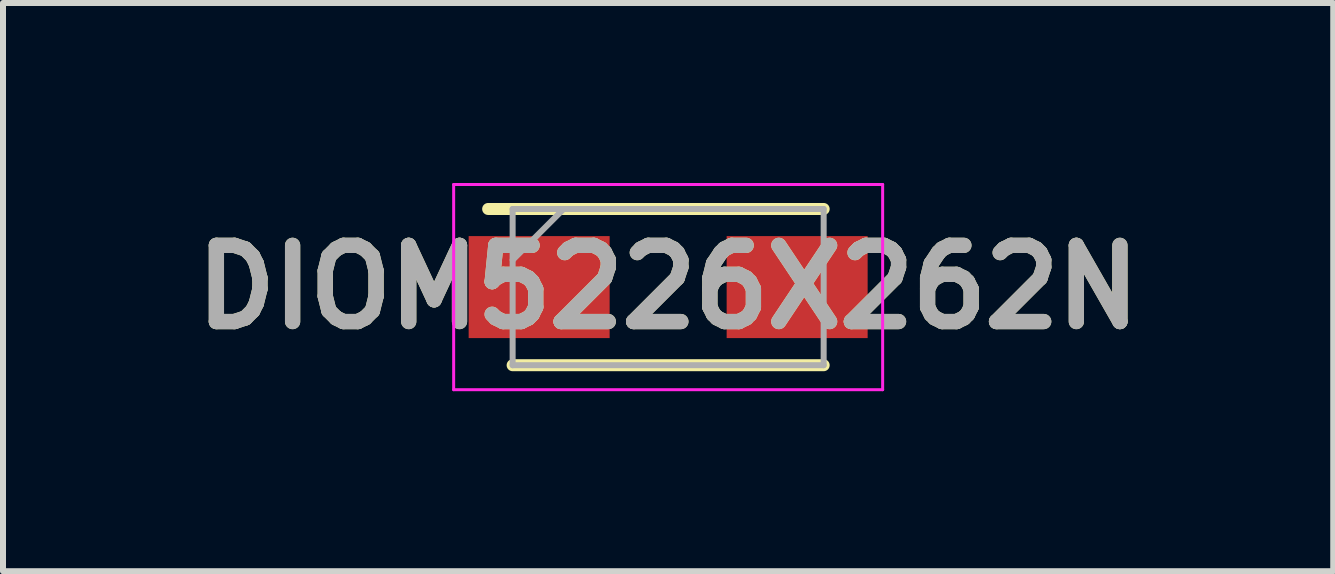
<source format=kicad_pcb>
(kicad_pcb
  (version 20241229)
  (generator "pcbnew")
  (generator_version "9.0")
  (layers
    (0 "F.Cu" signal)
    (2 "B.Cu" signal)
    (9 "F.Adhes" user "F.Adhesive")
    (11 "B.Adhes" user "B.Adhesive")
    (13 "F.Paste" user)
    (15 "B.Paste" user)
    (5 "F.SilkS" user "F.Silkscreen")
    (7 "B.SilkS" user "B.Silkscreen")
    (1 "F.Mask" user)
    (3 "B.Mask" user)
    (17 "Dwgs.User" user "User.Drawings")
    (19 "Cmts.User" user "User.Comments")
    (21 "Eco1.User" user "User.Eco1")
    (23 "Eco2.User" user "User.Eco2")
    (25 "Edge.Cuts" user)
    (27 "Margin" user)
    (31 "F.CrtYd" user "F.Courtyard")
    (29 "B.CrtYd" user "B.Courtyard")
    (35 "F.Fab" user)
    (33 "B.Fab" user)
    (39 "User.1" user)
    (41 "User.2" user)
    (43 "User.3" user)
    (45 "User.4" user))
  (footprint "DIOM5226X262N"
    (layer "F.Cu")
    (at 8.086 1.735)
    (property "Reference" "DIOM5226X262N" (at 0 0 0) (layer "F.SilkS") (effects (font (size 1.27 1.27) (thickness 0.254))))
    (attr smd)
    (fp_line (start -2.592 1.302) (end 2.592 1.302) (stroke (width 0.2) (type solid)) (layer "F.SilkS"))
    (fp_line (start 2.592 -1.302) (end -3 -1.302) (stroke (width 0.2) (type solid)) (layer "F.SilkS"))
    (fp_line (start -3.575 -1.71) (end 3.575 -1.71) (stroke (width 0.05) (type solid)) (layer "F.CrtYd"))
    (fp_line (start -3.575 1.71) (end -3.575 -1.71) (stroke (width 0.05) (type solid)) (layer "F.CrtYd"))
    (fp_line (start 3.575 -1.71) (end 3.575 1.71) (stroke (width 0.05) (type solid)) (layer "F.CrtYd"))
    (fp_line (start 3.575 1.71) (end -3.575 1.71) (stroke (width 0.05) (type solid)) (layer "F.CrtYd"))
    (fp_line (start -2.592 -1.302) (end 2.592 -1.302) (stroke (width 0.1) (type solid)) (layer "F.Fab"))
    (fp_line (start -2.592 -0.452) (end -1.742 -1.302) (stroke (width 0.1) (type solid)) (layer "F.Fab"))
    (fp_line (start -2.592 1.302) (end -2.592 -1.302) (stroke (width 0.1) (type solid)) (layer "F.Fab"))
    (fp_line (start 2.592 -1.302) (end 2.592 1.302) (stroke (width 0.1) (type solid)) (layer "F.Fab"))
    (fp_line (start 2.592 1.302) (end -2.592 1.302) (stroke (width 0.1) (type solid)) (layer "F.Fab"))
    (fp_text user "${REFERENCE}" (at 0 0 0) (layer "F.Fab") (effects (font (size 1.27 1.27) (thickness 0.254))))
    (pad "1" smd rect (at -2.15 0 90) (size 1.7 2.35) (layers "F.Cu" "F.Mask" "F.Paste"))
    (pad "2" smd rect (at 2.15 0 90) (size 1.7 2.35) (layers "F.Cu" "F.Mask" "F.Paste")))
  (gr_rect
    (start -3 -3)
    (end 19.171 6.47)
    (stroke (width 0.1) (type default))
    (fill no)
    (layer "Edge.Cuts")))
</source>
